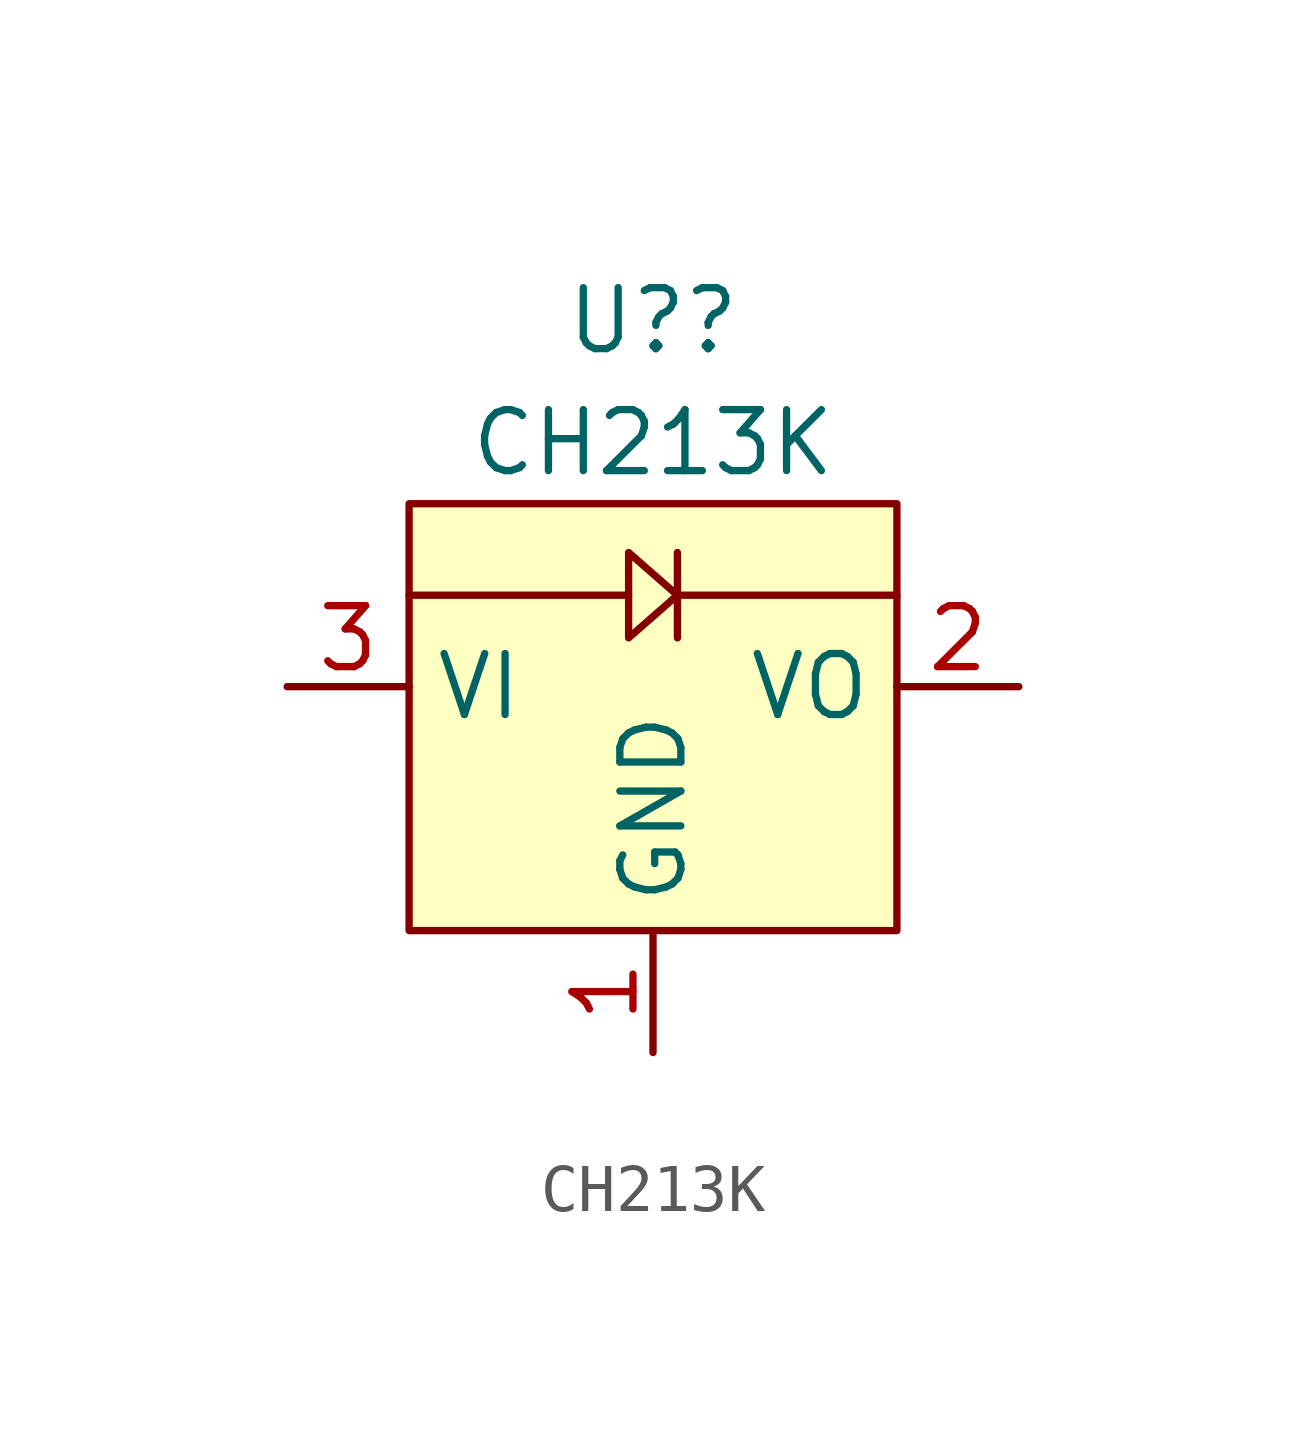
<source format=kicad_sym>
(kicad_symbol_lib
  (version 20220914)
  (generator kicad_symbol_editor)
  (symbol "CH213K"
    (property "Reference" "U?"
      (at 0 13.97 0)
      (effects (font (size 1.27 1.27))))
    (property "Value" "CH213K"
      (at 0 11.43 0)
      (effects (font (size 1.27 1.27))))
    (symbol "CH213K_0_1"
      (polyline (pts (xy -5.08 8.255) (xy -0.508 8.255)) (stroke (width 0) (type default)) (fill (type none)))
      (polyline (pts (xy 0.508 8.255) (xy 5.08 8.255)) (stroke (width 0) (type default)) (fill (type none)))
      (polyline (pts (xy 0.508 9.144) (xy 0.508 7.366)) (stroke (width 0) (type default)) (fill (type none)))
      (polyline (pts (xy -0.508 9.144) (xy -0.508 7.366) (xy 0.508 8.255) (xy -0.508 9.144)) (stroke (width 0) (type default)) (fill (type none))))
    (symbol "CH213K_1_1"
      (rectangle (start -5.08 10.16) (end 5.08 1.27) (stroke (width 0) (type default)) (fill (type background)))
      (pin power_in line (at 0 -1.27 90) (length 2.54) (name "GND" (effects (font (size 1.27 1.27)))) (number "1" (effects (font (size 1.27 1.27)))))
      (pin output line (at 7.62 6.35 180) (length 2.54) (name "VO" (effects (font (size 1.27 1.27)))) (number "2" (effects (font (size 1.27 1.27)))))
      (pin input line (at -7.62 6.35 0) (length 2.54) (name "VI" (effects (font (size 1.27 1.27)))) (number "3" (effects (font (size 1.27 1.27))))))))
</source>
